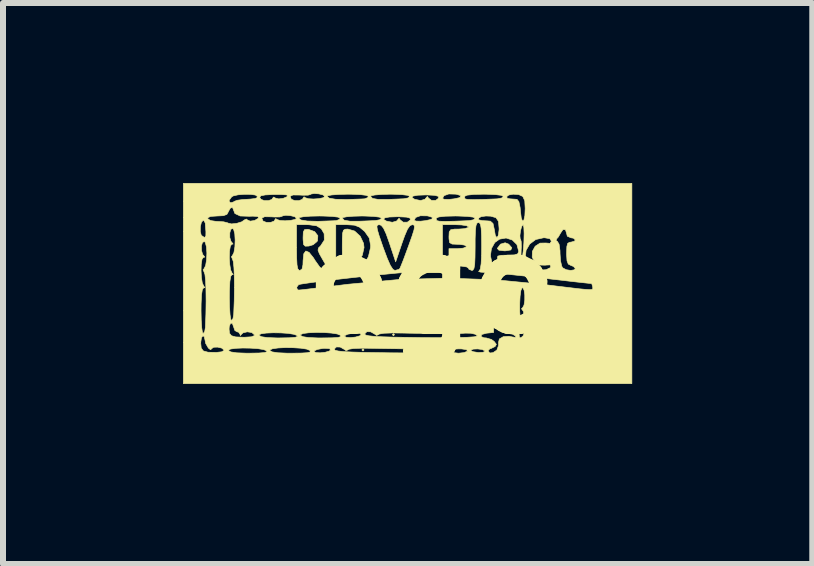
<source format=kicad_pcb>
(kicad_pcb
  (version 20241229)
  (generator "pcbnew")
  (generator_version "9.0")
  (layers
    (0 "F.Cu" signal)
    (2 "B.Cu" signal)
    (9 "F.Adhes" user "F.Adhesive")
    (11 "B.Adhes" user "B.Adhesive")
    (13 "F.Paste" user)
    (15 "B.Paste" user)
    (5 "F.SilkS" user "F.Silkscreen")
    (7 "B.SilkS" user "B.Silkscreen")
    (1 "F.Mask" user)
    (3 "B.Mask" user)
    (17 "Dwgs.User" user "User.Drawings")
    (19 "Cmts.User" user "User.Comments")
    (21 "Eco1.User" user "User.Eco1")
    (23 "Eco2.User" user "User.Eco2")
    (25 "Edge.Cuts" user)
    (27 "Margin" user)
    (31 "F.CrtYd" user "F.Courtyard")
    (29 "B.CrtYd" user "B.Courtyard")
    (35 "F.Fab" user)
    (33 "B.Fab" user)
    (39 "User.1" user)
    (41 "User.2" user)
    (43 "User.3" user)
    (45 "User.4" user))
  (footprint "logo"
    (layer "F.Cu")
    (at 3.742 1.674)
    (property "Reference" "logo" (at 0 0 0) (layer "F.SilkS") (effects (font (size 1.524 1.524) (thickness 0.3))))
    (attr through_hole)
    (fp_poly (pts (xy -0.726 1.107) (xy -0.744 1.125) (xy -0.762 1.107) (xy -0.744 1.089) (xy -0.726 1.107)) (stroke (width 0.01) (type solid)) (fill yes) (layer "F.SilkS"))
    (fp_poly (pts (xy -0.218 0.853) (xy -0.236 0.871) (xy -0.254 0.853) (xy -0.236 0.835) (xy -0.218 0.853)) (stroke (width 0.01) (type solid)) (fill yes) (layer "F.SilkS"))
    (fp_poly (pts (xy 1.684 -0.656) (xy 1.736 -0.596) (xy 1.72 -0.559) (xy 1.634 -0.545) (xy 1.612 -0.544) (xy 1.521 -0.555) (xy 1.495 -0.584) (xy 1.496 -0.587) (xy 1.548 -0.656) (xy 1.625 -0.679) (xy 1.684 -0.656)) (stroke (width 0.01) (type solid)) (fill yes) (layer "F.SilkS"))
    (fp_poly (pts (xy -1.646 -0.9) (xy -1.548 -0.864) (xy -1.496 -0.796) (xy -1.501 -0.714) (xy -1.51 -0.699) (xy -1.574 -0.646) (xy -1.646 -0.624) (xy -1.706 -0.622) (xy -1.734 -0.65) (xy -1.741 -0.726) (xy -1.742 -0.762) (xy -1.738 -0.857) (xy -1.718 -0.897) (xy -1.669 -0.903) (xy -1.646 -0.9)) (stroke (width 0.01) (type solid)) (fill yes) (layer "F.SilkS"))
    (fp_poly (pts (xy -0.883 -0.874) (xy -0.79 -0.788) (xy -0.734 -0.669) (xy -0.726 -0.599) (xy -0.755 -0.47) (xy -0.83 -0.364) (xy -0.934 -0.3) (xy -0.996 -0.29) (xy -1.041 -0.293) (xy -1.068 -0.31) (xy -1.082 -0.357) (xy -1.088 -0.448) (xy -1.089 -0.596) (xy -1.089 -0.599) (xy -1.088 -0.748) (xy -1.083 -0.839) (xy -1.069 -0.887) (xy -1.041 -0.904) (xy -0.997 -0.907) (xy -0.996 -0.907) (xy -0.883 -0.874)) (stroke (width 0.01) (type solid)) (fill yes) (layer "F.SilkS"))
    (fp_poly (pts (xy 3.737 1.669) (xy -3.737 1.669) (xy -3.737 0.995) (xy -3.447 0.995) (xy -3.439 1.077) (xy -3.403 1.124) (xy -3.325 1.145) (xy -3.191 1.148) (xy -3.184 1.148) (xy -3.098 1.138) (xy -3.059 1.115) (xy -3.059 1.111) (xy -2.986 1.111) (xy -2.985 1.116) (xy -2.946 1.14) (xy -2.848 1.155) (xy -2.686 1.161) (xy -2.638 1.161) (xy -2.475 1.158) (xy -2.378 1.15) (xy -2.342 1.134) (xy -2.347 1.122) (xy -2.362 1.116) (xy -2.296 1.116) (xy -2.258 1.139) (xy -2.164 1.154) (xy -2.006 1.161) (xy -1.93 1.161) (xy -1.768 1.159) (xy -1.669 1.153) (xy -1.624 1.141) (xy -1.623 1.131) (xy -1.56 1.131) (xy -1.53 1.151) (xy -1.458 1.155) (xy -1.374 1.146) (xy -1.305 1.126) (xy -1.282 1.106) (xy -1.289 1.099) (xy -1.222 1.099) (xy -1.206 1.113) (xy -1.156 1.125) (xy -1.063 1.135) (xy -0.922 1.142) (xy -0.725 1.148) (xy -0.467 1.152) (xy -0.284 1.155) (xy 0.044 1.157) (xy 0.3 1.155) (xy 0.487 1.15) (xy 0.603 1.142) (xy 0.652 1.13) (xy 0.653 1.126) (xy 0.638 1.114) (xy 0.707 1.114) (xy 0.708 1.125) (xy 0.756 1.15) (xy 0.844 1.161) (xy 0.853 1.161) (xy 0.942 1.151) (xy 0.996 1.128) (xy 0.998 1.125) (xy 0.991 1.116) (xy 1.052 1.116) (xy 1.085 1.135) (xy 1.163 1.148) (xy 1.18 1.15) (xy 1.258 1.146) (xy 1.288 1.128) (xy 1.287 1.122) (xy 1.243 1.1) (xy 1.169 1.09) (xy 1.095 1.093) (xy 1.054 1.11) (xy 1.052 1.116) (xy 0.991 1.116) (xy 0.981 1.102) (xy 0.901 1.09) (xy 0.853 1.089) (xy 0.751 1.095) (xy 0.707 1.114) (xy 0.638 1.114) (xy 0.622 1.1) (xy 0.546 1.083) (xy 0.453 1.081) (xy 0.429 1.083) (xy 0.367 1.087) (xy 0.248 1.088) (xy 0.088 1.089) (xy -0.098 1.088) (xy -0.295 1.085) (xy -0.486 1.082) (xy -0.571 1.08) (xy -0.764 1.078) (xy -0.903 1.083) (xy -0.98 1.096) (xy -0.993 1.106) (xy -1.025 1.119) (xy -1.055 1.098) (xy -1.123 1.059) (xy -1.187 1.057) (xy -1.221 1.091) (xy -1.222 1.099) (xy -1.289 1.099) (xy -1.305 1.084) (xy -1.387 1.08) (xy -1.415 1.082) (xy -1.506 1.099) (xy -1.557 1.123) (xy -1.56 1.131) (xy -1.623 1.131) (xy -1.622 1.122) (xy -1.627 1.116) (xy -1.682 1.093) (xy -1.78 1.078) (xy -1.904 1.07) (xy -2.036 1.068) (xy -2.157 1.074) (xy -2.25 1.087) (xy -2.295 1.107) (xy -2.296 1.116) (xy -2.362 1.116) (xy -2.4 1.101) (xy -2.497 1.085) (xy -2.619 1.077) (xy -2.747 1.075) (xy -2.864 1.08) (xy -2.95 1.092) (xy -2.986 1.111) (xy -3.059 1.111) (xy -3.059 1.108) (xy -3.098 1.076) (xy -3.166 1.06) (xy -3.233 1.062) (xy -3.266 1.086) (xy -3.266 1.089) (xy -3.285 1.103) (xy -3.32 1.076) (xy -3.366 0.996) (xy -3.375 0.946) (xy -3.389 0.886) (xy -3.411 0.871) (xy -3.435 0.903) (xy -3.447 0.981) (xy -3.447 0.995) (xy -3.737 0.995) (xy -3.737 -0.214) (xy -3.442 -0.214) (xy -3.436 -0.102) (xy -3.421 -0.008) (xy -3.396 0.044) (xy -3.395 0.045) (xy -3.379 0.068) (xy -3.399 0.072) (xy -3.42 0.1) (xy -3.434 0.187) (xy -3.441 0.339) (xy -3.442 0.454) (xy -3.439 0.61) (xy -3.431 0.735) (xy -3.419 0.814) (xy -3.408 0.835) (xy -3.382 0.803) (xy -3.374 0.759) (xy -2.975 0.759) (xy -2.968 0.829) (xy -2.936 0.87) (xy -2.865 0.89) (xy -2.739 0.895) (xy -2.711 0.895) (xy -2.602 0.888) (xy -2.552 0.867) (xy -2.551 0.857) (xy -2.478 0.857) (xy -2.477 0.862) (xy -2.438 0.886) (xy -2.34 0.901) (xy -2.178 0.907) (xy -2.13 0.907) (xy -1.967 0.904) (xy -1.87 0.896) (xy -1.834 0.88) (xy -1.839 0.868) (xy -1.854 0.862) (xy -1.788 0.862) (xy -1.75 0.885) (xy -1.656 0.9) (xy -1.498 0.907) (xy -1.422 0.907) (xy -1.259 0.905) (xy -1.16 0.899) (xy -1.115 0.886) (xy -1.115 0.877) (xy -1.052 0.877) (xy -1.022 0.897) (xy -0.95 0.901) (xy -0.866 0.892) (xy -0.797 0.872) (xy -0.774 0.852) (xy -0.781 0.845) (xy -0.714 0.845) (xy -0.698 0.859) (xy -0.648 0.871) (xy -0.555 0.881) (xy -0.414 0.888) (xy -0.217 0.894) (xy 0.041 0.898) (xy 0.224 0.901) (xy 0.552 0.903) (xy 0.808 0.901) (xy 0.995 0.896) (xy 1.111 0.888) (xy 1.14 0.881) (xy 1.221 0.881) (xy 1.268 0.904) (xy 1.311 0.907) (xy 1.396 0.932) (xy 1.442 0.965) (xy 1.479 1.014) (xy 1.46 1.047) (xy 1.448 1.055) (xy 1.388 1.084) (xy 1.37 1.088) (xy 1.343 1.116) (xy 1.343 1.125) (xy 1.368 1.158) (xy 1.424 1.152) (xy 1.483 1.112) (xy 1.488 1.107) (xy 1.517 1.028) (xy 1.514 0.983) (xy 1.529 0.924) (xy 1.594 0.886) (xy 1.689 0.879) (xy 1.749 0.891) (xy 1.801 0.898) (xy 1.799 0.875) (xy 1.747 0.844) (xy 1.693 0.836) (xy 1.857 0.836) (xy 1.863 0.892) (xy 1.882 0.907) (xy 1.921 0.877) (xy 1.937 0.844) (xy 1.951 0.757) (xy 1.953 0.649) (xy 1.945 0.543) (xy 1.929 0.464) (xy 1.908 0.435) (xy 1.897 0.42) (xy 1.916 0.404) (xy 1.94 0.359) (xy 1.952 0.28) (xy 1.952 0.189) (xy 1.941 0.112) (xy 1.92 0.072) (xy 1.907 0.073) (xy 1.887 0.117) (xy 1.874 0.212) (xy 1.868 0.335) (xy 1.868 0.463) (xy 1.876 0.575) (xy 1.891 0.648) (xy 1.901 0.662) (xy 1.92 0.7) (xy 1.905 0.717) (xy 1.872 0.767) (xy 1.857 0.836) (xy 1.693 0.836) (xy 1.676 0.833) (xy 1.574 0.813) (xy 1.508 0.779) (xy 1.469 0.74) (xy 1.477 0.726) (xy 1.498 0.69) (xy 1.511 0.582) (xy 1.516 0.402) (xy 1.516 0.345) (xy 1.513 0.188) (xy 1.505 0.063) (xy 1.494 -0.016) (xy 1.483 -0.036) (xy 1.467 -0.026) (xy 1.455 0.011) (xy 1.447 0.085) (xy 1.441 0.207) (xy 1.438 0.385) (xy 1.436 0.508) (xy 1.433 0.816) (xy 1.315 0.828) (xy 1.237 0.849) (xy 1.221 0.881) (xy 1.14 0.881) (xy 1.16 0.876) (xy 1.161 0.872) (xy 1.13 0.846) (xy 1.054 0.829) (xy 0.961 0.827) (xy 0.937 0.829) (xy 0.875 0.833) (xy 0.756 0.834) (xy 0.596 0.835) (xy 0.41 0.834) (xy 0.213 0.831) (xy 0.022 0.828) (xy -0.063 0.826) (xy -0.256 0.824) (xy -0.395 0.829) (xy -0.472 0.842) (xy -0.485 0.852) (xy -0.517 0.865) (xy -0.547 0.844) (xy -0.615 0.805) (xy -0.679 0.803) (xy -0.713 0.837) (xy -0.714 0.845) (xy -0.781 0.845) (xy -0.797 0.83) (xy -0.879 0.826) (xy -0.907 0.828) (xy -0.998 0.845) (xy -1.049 0.869) (xy -1.052 0.877) (xy -1.115 0.877) (xy -1.115 0.867) (xy -1.118 0.863) (xy -1.172 0.841) (xy -1.27 0.826) (xy -1.394 0.817) (xy -1.526 0.816) (xy -1.648 0.821) (xy -1.741 0.833) (xy -1.786 0.853) (xy -1.788 0.862) (xy -1.854 0.862) (xy -1.892 0.847) (xy -1.989 0.831) (xy -2.111 0.823) (xy -2.239 0.821) (xy -2.356 0.826) (xy -2.442 0.838) (xy -2.478 0.857) (xy -2.551 0.857) (xy -2.551 0.856) (xy -2.596 0.817) (xy -2.672 0.805) (xy -2.742 0.822) (xy -2.762 0.84) (xy -2.788 0.868) (xy -2.793 0.844) (xy -2.821 0.807) (xy -2.838 0.807) (xy -2.878 0.784) (xy -2.895 0.735) (xy -2.92 0.665) (xy -2.95 0.661) (xy -2.972 0.716) (xy -2.975 0.759) (xy -3.374 0.759) (xy -3.37 0.735) (xy -3.361 0.508) (xy -3.358 0.294) (xy -3.36 0.105) (xy -3.366 -0.047) (xy -3.377 -0.15) (xy -3.391 -0.191) (xy -3.408 -0.229) (xy -3.393 -0.245) (xy -3.366 -0.298) (xy -3.35 -0.394) (xy -3.348 -0.431) (xy -2.971 -0.431) (xy -2.964 -0.319) (xy -2.949 -0.226) (xy -2.925 -0.174) (xy -2.923 -0.173) (xy -2.907 -0.149) (xy -2.927 -0.146) (xy -2.948 -0.118) (xy -2.962 -0.03) (xy -2.969 0.121) (xy -2.97 0.236) (xy -2.967 0.392) (xy -2.959 0.518) (xy -2.947 0.597) (xy -2.936 0.617) (xy -2.91 0.585) (xy -2.898 0.517) (xy -2.889 0.29) (xy -2.886 0.076) (xy -2.886 0.063) (xy -1.849 0.063) (xy -1.836 0.103) (xy -1.814 0.109) (xy -1.768 0.105) (xy -1.662 0.093) (xy -1.505 0.074) (xy -1.31 0.051) (xy -1.086 0.024) (xy -0.988 0.012) (xy -0.151 -0.066) (xy 0.663 -0.09) (xy 1.478 -0.061) (xy 2.23 0.012) (xy 2.5 0.045) (xy 2.707 0.07) (xy 2.859 0.088) (xy 2.964 0.098) (xy 3.031 0.102) (xy 3.068 0.1) (xy 3.083 0.092) (xy 3.086 0.078) (xy 3.084 0.059) (xy 3.084 0.054) (xy 3.069 0.006) (xy 3.055 0) (xy 3.012 -0.004) (xy 2.908 -0.015) (xy 2.753 -0.032) (xy 2.559 -0.055) (xy 2.337 -0.08) (xy 2.248 -0.09) (xy 2.007 -0.118) (xy 1.781 -0.142) (xy 1.582 -0.162) (xy 1.425 -0.176) (xy 1.323 -0.183) (xy 1.306 -0.184) (xy 1.22 -0.189) (xy 1.183 -0.199) (xy 1.188 -0.205) (xy 1.211 -0.24) (xy 1.225 -0.329) (xy 1.232 -0.464) (xy 1.38 -0.464) (xy 1.403 -0.356) (xy 1.432 -0.315) (xy 1.468 -0.267) (xy 1.469 -0.248) (xy 1.485 -0.234) (xy 1.548 -0.226) (xy 1.632 -0.224) (xy 1.712 -0.23) (xy 1.746 -0.237) (xy 1.797 -0.274) (xy 1.887 -0.274) (xy 1.899 -0.205) (xy 1.923 -0.181) (xy 1.953 -0.212) (xy 1.959 -0.252) (xy 1.943 -0.321) (xy 1.923 -0.345) (xy 1.896 -0.332) (xy 1.887 -0.274) (xy 1.797 -0.274) (xy 1.803 -0.278) (xy 1.814 -0.311) (xy 1.792 -0.358) (xy 1.746 -0.352) (xy 1.724 -0.327) (xy 1.667 -0.292) (xy 1.591 -0.303) (xy 1.53 -0.353) (xy 1.525 -0.36) (xy 1.496 -0.423) (xy 1.503 -0.457) (xy 1.559 -0.47) (xy 1.669 -0.472) (xy 1.779 -0.476) (xy 1.834 -0.494) (xy 1.85 -0.53) (xy 1.851 -0.536) (xy 1.821 -0.649) (xy 1.744 -0.725) (xy 1.641 -0.758) (xy 1.532 -0.739) (xy 1.453 -0.683) (xy 1.397 -0.583) (xy 1.38 -0.464) (xy 1.232 -0.464) (xy 1.232 -0.477) (xy 1.234 -0.62) (xy 1.232 -0.798) (xy 1.226 -0.915) (xy 1.215 -0.982) (xy 1.196 -1.012) (xy 1.179 -1.016) (xy 1.155 -1.005) (xy 1.139 -0.963) (xy 1.13 -0.879) (xy 1.125 -0.742) (xy 1.125 -0.617) (xy 1.123 -0.438) (xy 1.118 -0.321) (xy 1.106 -0.252) (xy 1.087 -0.222) (xy 1.07 -0.218) (xy 1.022 -0.237) (xy 1.016 -0.254) (xy 0.984 -0.276) (xy 0.902 -0.289) (xy 0.853 -0.29) (xy 0.689 -0.29) (xy 0.689 -0.581) (xy 0.835 -0.581) (xy 0.925 -0.589) (xy 0.976 -0.609) (xy 0.98 -0.617) (xy 0.948 -0.64) (xy 0.867 -0.652) (xy 0.835 -0.653) (xy 0.742 -0.657) (xy 0.7 -0.681) (xy 0.69 -0.743) (xy 0.689 -0.78) (xy 0.693 -0.858) (xy 0.717 -0.895) (xy 0.78 -0.906) (xy 0.853 -0.907) (xy 0.95 -0.914) (xy 1.009 -0.933) (xy 1.016 -0.943) (xy 0.983 -0.963) (xy 0.897 -0.976) (xy 0.798 -0.98) (xy 0.581 -0.98) (xy 0.581 -0.227) (xy 0.172 -0.201) (xy 0.014 -0.19) (xy -0.183 -0.173) (xy -0.407 -0.151) (xy -0.646 -0.127) (xy -0.891 -0.101) (xy -1.128 -0.074) (xy -1.347 -0.048) (xy -1.537 -0.025) (xy -1.687 -0.004) (xy -1.784 0.011) (xy -1.817 0.02) (xy -1.849 0.063) (xy -2.886 0.063) (xy -2.888 -0.113) (xy -2.894 -0.265) (xy -2.905 -0.367) (xy -2.919 -0.408) (xy -2.936 -0.446) (xy -2.921 -0.463) (xy -2.894 -0.516) (xy -2.878 -0.612) (xy -2.874 -0.724) (xy -2.88 -0.829) (xy -2.899 -0.901) (xy -2.914 -0.918) (xy -2.947 -0.902) (xy -2.963 -0.843) (xy -2.963 -0.767) (xy -2.943 -0.702) (xy -2.925 -0.681) (xy -2.908 -0.658) (xy -2.931 -0.654) (xy -2.954 -0.621) (xy -2.967 -0.54) (xy -2.971 -0.431) (xy -3.348 -0.431) (xy -3.345 -0.507) (xy -3.352 -0.611) (xy -3.371 -0.683) (xy -3.386 -0.7) (xy -3.419 -0.684) (xy -3.435 -0.625) (xy -3.434 -0.549) (xy -3.415 -0.484) (xy -3.396 -0.463) (xy -3.38 -0.44) (xy -3.403 -0.436) (xy -3.426 -0.404) (xy -3.439 -0.322) (xy -3.442 -0.214) (xy -3.737 -0.214) (xy -3.737 -0.867) (xy -3.455 -0.867) (xy -3.439 -0.806) (xy -3.433 -0.799) (xy -3.383 -0.765) (xy -3.362 -0.794) (xy -3.361 -0.862) (xy -3.368 -0.953) (xy -3.37 -0.98) (xy -1.851 -0.98) (xy -1.851 -0.599) (xy -1.849 -0.425) (xy -1.843 -0.312) (xy -1.831 -0.247) (xy -1.81 -0.221) (xy -1.796 -0.218) (xy -1.76 -0.239) (xy -1.744 -0.312) (xy -1.742 -0.381) (xy -1.73 -0.496) (xy -1.696 -0.542) (xy -1.642 -0.519) (xy -1.569 -0.428) (xy -1.54 -0.381) (xy -1.463 -0.273) (xy -1.395 -0.221) (xy -1.376 -0.218) (xy -1.341 -0.224) (xy -1.337 -0.251) (xy -1.366 -0.315) (xy -1.412 -0.394) (xy -1.47 -0.496) (xy -1.493 -0.555) (xy -1.485 -0.593) (xy -1.448 -0.629) (xy -1.448 -0.63) (xy -1.388 -0.723) (xy -1.391 -0.831) (xy -1.439 -0.913) (xy -1.516 -0.961) (xy -1.643 -0.979) (xy -1.675 -0.98) (xy -1.197 -0.98) (xy -1.197 -0.218) (xy -1.055 -0.218) (xy -0.935 -0.227) (xy -0.831 -0.249) (xy -0.821 -0.252) (xy -0.724 -0.325) (xy -0.653 -0.447) (xy -0.618 -0.598) (xy -0.617 -0.636) (xy -0.638 -0.757) (xy -0.713 -0.864) (xy -0.723 -0.874) (xy -0.803 -0.94) (xy -0.829 -0.95) (xy -0.512 -0.95) (xy -0.504 -0.896) (xy -0.476 -0.8) (xy -0.425 -0.651) (xy -0.407 -0.599) (xy -0.339 -0.418) (xy -0.287 -0.3) (xy -0.244 -0.235) (xy -0.211 -0.218) (xy -0.146 -0.235) (xy -0.128 -0.252) (xy -0.108 -0.299) (xy -0.069 -0.397) (xy -0.019 -0.532) (xy 0.018 -0.633) (xy 0.074 -0.79) (xy 0.106 -0.891) (xy 0.115 -0.948) (xy 0.105 -0.974) (xy 0.078 -0.98) (xy 0.077 -0.98) (xy 0.038 -0.963) (xy -0.003 -0.904) (xy -0.05 -0.794) (xy -0.094 -0.671) (xy -0.199 -0.361) (xy -0.302 -0.671) (xy -0.357 -0.826) (xy -0.401 -0.921) (xy -0.44 -0.969) (xy -0.473 -0.98) (xy -0.501 -0.974) (xy -0.512 -0.95) (xy -0.829 -0.95) (xy -0.887 -0.972) (xy -1.009 -0.98) (xy -1.013 -0.98) (xy -1.197 -0.98) (xy -1.675 -0.98) (xy -1.851 -0.98) (xy -3.37 -0.98) (xy -3.372 -1.007) (xy -3.395 -1.049) (xy -3.407 -1.052) (xy -3.436 -1.021) (xy -3.453 -0.949) (xy -3.455 -0.867) (xy -3.737 -0.867) (xy -3.737 -1.079) (xy -3.329 -1.079) (xy -3.285 -1.049) (xy -3.191 -1.035) (xy -3.166 -1.034) (xy -3.066 -1.028) (xy -2.999 -1.011) (xy -2.99 -1.006) (xy -2.935 -0.993) (xy -2.848 -1.002) (xy -2.764 -1.028) (xy -2.717 -1.061) (xy -2.684 -1.074) (xy -2.671 -1.06) (xy -2.623 -1.039) (xy -2.55 -1.05) (xy -2.489 -1.086) (xy -2.486 -1.09) (xy -2.43 -1.09) (xy -2.411 -1.045) (xy -2.407 -1.04) (xy -2.352 -1.018) (xy -2.28 -1.019) (xy -2.224 -1.04) (xy -2.213 -1.06) (xy -2.198 -1.082) (xy -2.178 -1.068) (xy -2.127 -1.05) (xy -2.041 -1.045) (xy -1.948 -1.052) (xy -1.875 -1.068) (xy -1.851 -1.088) (xy -1.854 -1.091) (xy -1.814 -1.091) (xy -1.779 -1.059) (xy -1.672 -1.041) (xy -1.494 -1.036) (xy -1.245 -1.045) (xy -1.188 -1.048) (xy -1.134 -1.069) (xy -1.125 -1.089) (xy -1.13 -1.091) (xy -1.089 -1.091) (xy -1.057 -1.055) (xy -0.96 -1.038) (xy -0.798 -1.038) (xy -0.672 -1.043) (xy -0.559 -1.048) (xy -0.535 -1.049) (xy -0.463 -1.063) (xy -0.456 -1.069) (xy -0.4 -1.069) (xy -0.354 -1.04) (xy -0.255 -1.02) (xy -0.183 -1.041) (xy -0.166 -1.061) (xy -0.142 -1.088) (xy -0.124 -1.061) (xy -0.074 -1.022) (xy -0.004 -1.022) (xy 0.038 -1.054) (xy 0.109 -1.054) (xy 0.14 -1.04) (xy 0.214 -1.038) (xy 0.304 -1.048) (xy 0.382 -1.066) (xy 0.409 -1.078) (xy 0.41 -1.088) (xy 0.474 -1.088) (xy 0.482 -1.055) (xy 0.49 -1.047) (xy 0.528 -1.038) (xy 0.625 -1.035) (xy 0.785 -1.038) (xy 1.011 -1.047) (xy 1.025 -1.048) (xy 1.098 -1.062) (xy 1.125 -1.088) (xy 1.181 -1.088) (xy 1.183 -1.062) (xy 1.241 -1.048) (xy 1.332 -1.043) (xy 1.379 -1.039) (xy 1.423 -1) (xy 1.445 -0.898) (xy 1.462 -0.798) (xy 1.488 -0.765) (xy 1.511 -0.798) (xy 1.871 -0.798) (xy 1.876 -0.743) (xy 1.883 -0.735) (xy 1.893 -0.697) (xy 1.895 -0.61) (xy 1.892 -0.553) (xy 1.889 -0.458) (xy 1.895 -0.406) (xy 1.902 -0.403) (xy 1.911 -0.436) (xy 1.961 -0.436) (xy 2.005 -0.323) (xy 2.034 -0.288) (xy 2.111 -0.244) (xy 2.212 -0.224) (xy 2.308 -0.23) (xy 2.374 -0.262) (xy 2.386 -0.281) (xy 2.374 -0.31) (xy 2.305 -0.307) (xy 2.295 -0.305) (xy 2.184 -0.308) (xy 2.129 -0.344) (xy 2.076 -0.437) (xy 2.079 -0.536) (xy 2.126 -0.621) (xy 2.207 -0.673) (xy 2.303 -0.675) (xy 2.373 -0.669) (xy 2.395 -0.703) (xy 2.395 -0.707) (xy 2.389 -0.717) (xy 2.472 -0.717) (xy 2.495 -0.702) (xy 2.524 -0.654) (xy 2.539 -0.547) (xy 2.54 -0.494) (xy 2.548 -0.378) (xy 2.568 -0.289) (xy 2.584 -0.261) (xy 2.642 -0.23) (xy 2.717 -0.218) (xy 2.777 -0.228) (xy 2.794 -0.25) (xy 2.764 -0.284) (xy 2.721 -0.301) (xy 2.677 -0.324) (xy 2.656 -0.378) (xy 2.649 -0.481) (xy 2.649 -0.505) (xy 2.653 -0.615) (xy 2.668 -0.67) (xy 2.703 -0.688) (xy 2.721 -0.689) (xy 2.78 -0.705) (xy 2.794 -0.726) (xy 2.764 -0.755) (xy 2.721 -0.762) (xy 2.661 -0.788) (xy 2.649 -0.835) (xy 2.63 -0.896) (xy 2.589 -0.899) (xy 2.551 -0.844) (xy 2.51 -0.773) (xy 2.488 -0.75) (xy 2.472 -0.717) (xy 2.389 -0.717) (xy 2.369 -0.747) (xy 2.284 -0.762) (xy 2.266 -0.762) (xy 2.135 -0.733) (xy 2.035 -0.658) (xy 1.974 -0.553) (xy 1.961 -0.436) (xy 1.911 -0.436) (xy 1.914 -0.447) (xy 1.927 -0.544) (xy 1.937 -0.676) (xy 1.938 -0.702) (xy 1.941 -0.833) (xy 1.937 -0.931) (xy 1.926 -0.978) (xy 1.923 -0.98) (xy 1.9 -0.949) (xy 1.881 -0.878) (xy 1.871 -0.798) (xy 1.511 -0.798) (xy 1.511 -0.798) (xy 1.524 -0.894) (xy 1.524 -0.921) (xy 1.514 -1.035) (xy 1.472 -1.097) (xy 1.384 -1.122) (xy 1.305 -1.125) (xy 1.225 -1.114) (xy 1.181 -1.088) (xy 1.125 -1.088) (xy 1.125 -1.089) (xy 1.091 -1.106) (xy 0.996 -1.118) (xy 0.852 -1.124) (xy 0.798 -1.125) (xy 0.626 -1.121) (xy 0.52 -1.109) (xy 0.474 -1.088) (xy 0.41 -1.088) (xy 0.412 -1.102) (xy 0.347 -1.123) (xy 0.327 -1.127) (xy 0.214 -1.129) (xy 0.135 -1.101) (xy 0.109 -1.054) (xy 0.038 -1.054) (xy 0.045 -1.06) (xy 0.047 -1.063) (xy 0.039 -1.09) (xy -0.019 -1.106) (xy -0.136 -1.112) (xy -0.167 -1.113) (xy -0.304 -1.108) (xy -0.383 -1.093) (xy -0.4 -1.069) (xy -0.456 -1.069) (xy -0.435 -1.089) (xy -0.47 -1.106) (xy -0.565 -1.118) (xy -0.708 -1.124) (xy -0.762 -1.125) (xy -0.906 -1.121) (xy -1.017 -1.112) (xy -1.08 -1.099) (xy -1.089 -1.091) (xy -1.13 -1.091) (xy -1.159 -1.106) (xy -1.255 -1.118) (xy -1.401 -1.124) (xy -1.47 -1.125) (xy -1.618 -1.122) (xy -1.734 -1.113) (xy -1.803 -1.1) (xy -1.814 -1.091) (xy -1.854 -1.091) (xy -1.881 -1.113) (xy -1.952 -1.131) (xy -2.03 -1.137) (xy -2.083 -1.127) (xy -2.088 -1.122) (xy -2.131 -1.109) (xy -2.22 -1.108) (xy -2.268 -1.111) (xy -2.382 -1.113) (xy -2.43 -1.09) (xy -2.486 -1.09) (xy -2.481 -1.097) (xy -2.498 -1.117) (xy -2.579 -1.122) (xy -2.64 -1.12) (xy -2.79 -1.125) (xy -2.878 -1.166) (xy -2.903 -1.232) (xy -2.919 -1.269) (xy -2.954 -1.256) (xy -2.985 -1.201) (xy -2.986 -1.197) (xy -3.011 -1.152) (xy -3.069 -1.13) (xy -3.175 -1.125) (xy -3.284 -1.118) (xy -3.329 -1.096) (xy -3.329 -1.079) (xy -3.737 -1.079) (xy -3.737 -1.372) (xy -2.975 -1.372) (xy -2.951 -1.344) (xy -2.902 -1.358) (xy -2.89 -1.368) (xy -2.839 -1.387) (xy -2.751 -1.399) (xy -2.748 -1.399) (xy -2.618 -1.407) (xy -2.544 -1.416) (xy -2.512 -1.428) (xy -2.509 -1.434) (xy -2.465 -1.434) (xy -2.443 -1.403) (xy -2.389 -1.381) (xy -2.317 -1.382) (xy -2.261 -1.401) (xy -2.25 -1.42) (xy -2.232 -1.441) (xy -2.204 -1.424) (xy -2.148 -1.41) (xy -2.073 -1.419) (xy -2.012 -1.445) (xy -2.006 -1.453) (xy -1.959 -1.453) (xy -1.939 -1.407) (xy -1.935 -1.403) (xy -1.88 -1.381) (xy -1.808 -1.382) (xy -1.753 -1.403) (xy -1.742 -1.422) (xy -1.726 -1.445) (xy -1.706 -1.43) (xy -1.655 -1.413) (xy -1.569 -1.408) (xy -1.476 -1.414) (xy -1.404 -1.43) (xy -1.379 -1.451) (xy -1.383 -1.454) (xy -1.343 -1.454) (xy -1.307 -1.422) (xy -1.2 -1.404) (xy -1.022 -1.399) (xy -0.773 -1.408) (xy -0.717 -1.411) (xy -0.663 -1.432) (xy -0.653 -1.451) (xy -0.658 -1.454) (xy -0.617 -1.454) (xy -0.585 -1.418) (xy -0.489 -1.401) (xy -0.327 -1.401) (xy -0.2 -1.406) (xy -0.087 -1.411) (xy -0.064 -1.412) (xy 0.009 -1.426) (xy 0.016 -1.432) (xy 0.072 -1.432) (xy 0.118 -1.403) (xy 0.217 -1.383) (xy 0.289 -1.404) (xy 0.305 -1.424) (xy 0.329 -1.451) (xy 0.348 -1.424) (xy 0.398 -1.385) (xy 0.468 -1.385) (xy 0.51 -1.417) (xy 0.581 -1.417) (xy 0.611 -1.403) (xy 0.686 -1.401) (xy 0.776 -1.411) (xy 0.854 -1.428) (xy 0.881 -1.441) (xy 0.882 -1.451) (xy 0.946 -1.451) (xy 0.954 -1.418) (xy 0.961 -1.409) (xy 1 -1.401) (xy 1.097 -1.398) (xy 1.256 -1.401) (xy 1.483 -1.41) (xy 1.497 -1.411) (xy 1.569 -1.425) (xy 1.592 -1.447) (xy 1.65 -1.447) (xy 1.661 -1.42) (xy 1.703 -1.411) (xy 1.788 -1.405) (xy 1.823 -1.402) (xy 1.854 -1.364) (xy 1.875 -1.264) (xy 1.88 -1.206) (xy 1.894 -1.089) (xy 1.915 -1.04) (xy 1.937 -1.056) (xy 1.954 -1.133) (xy 1.959 -1.25) (xy 1.952 -1.379) (xy 1.919 -1.451) (xy 1.85 -1.482) (xy 1.759 -1.488) (xy 1.687 -1.475) (xy 1.65 -1.447) (xy 1.592 -1.447) (xy 1.597 -1.451) (xy 1.562 -1.469) (xy 1.467 -1.481) (xy 1.324 -1.487) (xy 1.27 -1.488) (xy 1.098 -1.484) (xy 0.992 -1.472) (xy 0.946 -1.451) (xy 0.882 -1.451) (xy 0.884 -1.465) (xy 0.819 -1.486) (xy 0.798 -1.489) (xy 0.686 -1.492) (xy 0.607 -1.464) (xy 0.581 -1.417) (xy 0.51 -1.417) (xy 0.517 -1.423) (xy 0.518 -1.426) (xy 0.51 -1.453) (xy 0.453 -1.469) (xy 0.336 -1.475) (xy 0.305 -1.476) (xy 0.168 -1.471) (xy 0.089 -1.456) (xy 0.072 -1.432) (xy 0.016 -1.432) (xy 0.036 -1.451) (xy 0.002 -1.469) (xy -0.093 -1.481) (xy -0.236 -1.487) (xy -0.29 -1.488) (xy -0.434 -1.484) (xy -0.546 -1.475) (xy -0.609 -1.462) (xy -0.617 -1.454) (xy -0.658 -1.454) (xy -0.688 -1.469) (xy -0.783 -1.481) (xy -0.929 -1.487) (xy -0.998 -1.488) (xy -1.146 -1.484) (xy -1.262 -1.476) (xy -1.331 -1.463) (xy -1.343 -1.454) (xy -1.383 -1.454) (xy -1.41 -1.476) (xy -1.48 -1.494) (xy -1.558 -1.5) (xy -1.611 -1.49) (xy -1.616 -1.485) (xy -1.659 -1.472) (xy -1.748 -1.471) (xy -1.796 -1.474) (xy -1.91 -1.475) (xy -1.959 -1.453) (xy -2.006 -1.453) (xy -1.996 -1.469) (xy -2.029 -1.478) (xy -2.115 -1.483) (xy -2.232 -1.483) (xy -2.372 -1.476) (xy -2.447 -1.461) (xy -2.465 -1.434) (xy -2.509 -1.434) (xy -2.504 -1.449) (xy -2.504 -1.451) (xy -2.536 -1.474) (xy -2.615 -1.485) (xy -2.719 -1.486) (xy -2.824 -1.478) (xy -2.904 -1.46) (xy -2.932 -1.444) (xy -2.97 -1.391) (xy -2.975 -1.372) (xy -3.737 -1.372) (xy -3.737 -1.669) (xy 3.737 -1.669) (xy 3.737 1.669)) (stroke (width 0.01) (type solid)) (fill yes) (layer "F.SilkS")))
  (gr_rect
    (start -3 -3)
    (end 10.485 6.348)
    (stroke (width 0.1) (type default))
    (fill no)
    (layer "Edge.Cuts")))
</source>
